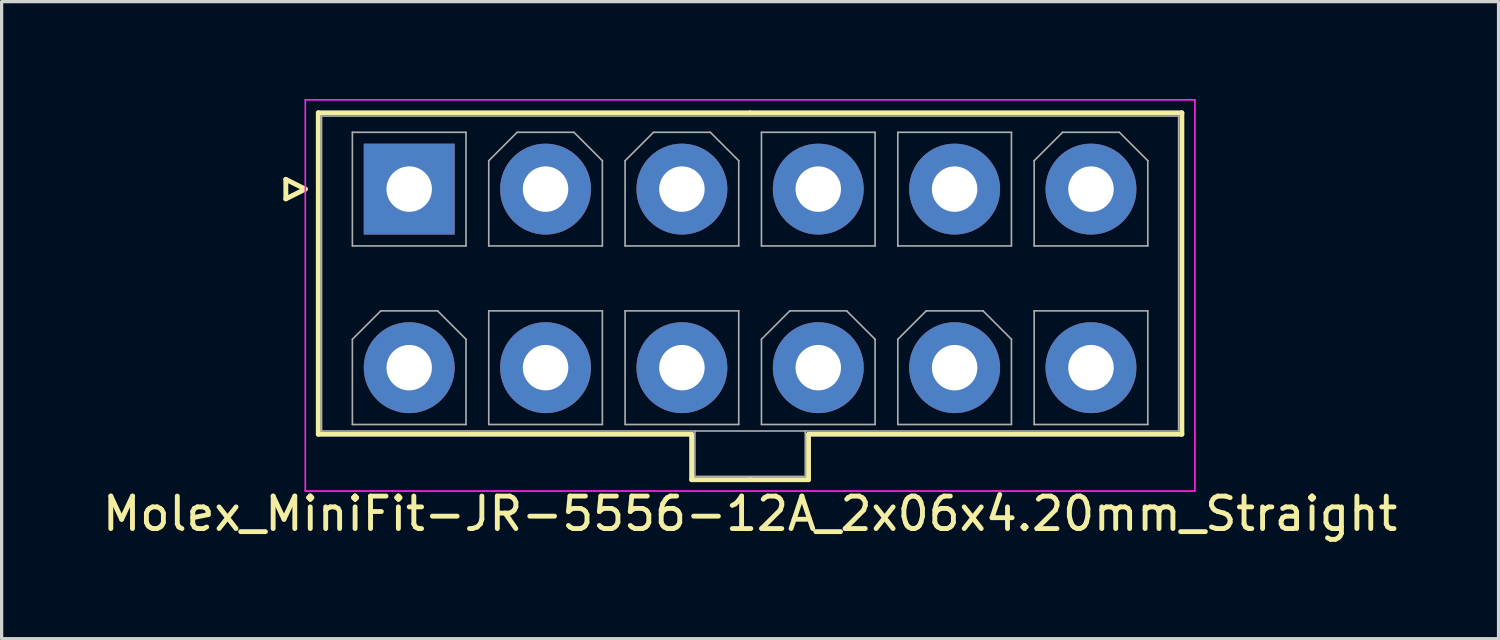
<source format=kicad_pcb>
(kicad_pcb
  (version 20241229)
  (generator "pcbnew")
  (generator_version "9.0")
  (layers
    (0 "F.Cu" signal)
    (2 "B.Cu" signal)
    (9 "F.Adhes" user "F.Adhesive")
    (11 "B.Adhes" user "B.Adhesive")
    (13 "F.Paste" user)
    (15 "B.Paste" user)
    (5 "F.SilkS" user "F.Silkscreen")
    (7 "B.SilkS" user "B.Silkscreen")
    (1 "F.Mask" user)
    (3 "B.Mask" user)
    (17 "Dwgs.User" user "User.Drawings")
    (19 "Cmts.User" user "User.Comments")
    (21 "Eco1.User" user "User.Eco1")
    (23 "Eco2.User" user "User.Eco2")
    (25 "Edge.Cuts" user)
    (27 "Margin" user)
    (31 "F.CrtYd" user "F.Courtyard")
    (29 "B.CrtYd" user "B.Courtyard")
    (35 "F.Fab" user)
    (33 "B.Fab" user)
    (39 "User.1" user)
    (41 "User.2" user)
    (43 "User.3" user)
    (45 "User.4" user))
  (footprint "Molex_MiniFit-JR-5556-12A_2x06x4.20mm_Straight"
    (layer "F.Cu")
    (at 9.554 2.775)
    (property "Reference" "Molex_MiniFit-JR-5556-12A_2x06x4.20mm_Straight" (at 10.5 10 0) (layer "F.SilkS") (effects (font (size 1 1) (thickness 0.15))))
    (attr through_hole)
    (fp_line (start -3.8 -0.3) (end -3.2 0) (stroke (width 0.15) (type solid)) (layer "F.SilkS"))
    (fp_line (start -3.8 0.3) (end -3.8 -0.3) (stroke (width 0.15) (type solid)) (layer "F.SilkS"))
    (fp_line (start -3.2 0) (end -3.8 0.3) (stroke (width 0.15) (type solid)) (layer "F.SilkS"))
    (fp_line (start -2.8 -2.35) (end -2.8 7.55) (stroke (width 0.15) (type solid)) (layer "F.SilkS"))
    (fp_line (start -2.8 7.55) (end 8.7 7.55) (stroke (width 0.15) (type solid)) (layer "F.SilkS"))
    (fp_line (start 8.7 7.55) (end 8.7 8.95) (stroke (width 0.15) (type solid)) (layer "F.SilkS"))
    (fp_line (start 8.7 8.95) (end 10.5 8.95) (stroke (width 0.15) (type solid)) (layer "F.SilkS"))
    (fp_line (start 10.5 -2.35) (end -2.8 -2.35) (stroke (width 0.15) (type solid)) (layer "F.SilkS"))
    (fp_line (start 10.5 -2.35) (end 23.8 -2.35) (stroke (width 0.15) (type solid)) (layer "F.SilkS"))
    (fp_line (start 12.3 7.55) (end 12.3 8.95) (stroke (width 0.15) (type solid)) (layer "F.SilkS"))
    (fp_line (start 12.3 8.95) (end 10.5 8.95) (stroke (width 0.15) (type solid)) (layer "F.SilkS"))
    (fp_line (start 23.8 -2.35) (end 23.8 7.55) (stroke (width 0.15) (type solid)) (layer "F.SilkS"))
    (fp_line (start 23.8 7.55) (end 12.3 7.55) (stroke (width 0.15) (type solid)) (layer "F.SilkS"))
    (fp_line (start -3.2 -2.75) (end -3.2 9.3) (stroke (width 0.05) (type solid)) (layer "F.CrtYd"))
    (fp_line (start -3.2 9.3) (end 24.2 9.3) (stroke (width 0.05) (type solid)) (layer "F.CrtYd"))
    (fp_line (start 24.2 -2.75) (end -3.2 -2.75) (stroke (width 0.05) (type solid)) (layer "F.CrtYd"))
    (fp_line (start 24.2 9.3) (end 24.2 -2.75) (stroke (width 0.05) (type solid)) (layer "F.CrtYd"))
    (fp_line (start -2.7 -2.25) (end -2.7 7.45) (stroke (width 0.05) (type solid)) (layer "F.Fab"))
    (fp_line (start -2.7 7.45) (end 23.7 7.45) (stroke (width 0.05) (type solid)) (layer "F.Fab"))
    (fp_line (start -1.75 -1.75) (end -1.75 1.75) (stroke (width 0.05) (type solid)) (layer "F.Fab"))
    (fp_line (start -1.75 1.75) (end 1.75 1.75) (stroke (width 0.05) (type solid)) (layer "F.Fab"))
    (fp_line (start -1.75 4.625) (end -0.875 3.75) (stroke (width 0.05) (type solid)) (layer "F.Fab"))
    (fp_line (start -1.75 7.25) (end -1.75 4.625) (stroke (width 0.05) (type solid)) (layer "F.Fab"))
    (fp_line (start -0.875 3.75) (end 0.875 3.75) (stroke (width 0.05) (type solid)) (layer "F.Fab"))
    (fp_line (start 0.875 3.75) (end 1.75 4.625) (stroke (width 0.05) (type solid)) (layer "F.Fab"))
    (fp_line (start 1.75 -1.75) (end -1.75 -1.75) (stroke (width 0.05) (type solid)) (layer "F.Fab"))
    (fp_line (start 1.75 1.75) (end 1.75 -1.75) (stroke (width 0.05) (type solid)) (layer "F.Fab"))
    (fp_line (start 1.75 4.625) (end 1.75 7.25) (stroke (width 0.05) (type solid)) (layer "F.Fab"))
    (fp_line (start 1.75 7.25) (end -1.75 7.25) (stroke (width 0.05) (type solid)) (layer "F.Fab"))
    (fp_line (start 2.45 -0.875) (end 3.325 -1.75) (stroke (width 0.05) (type solid)) (layer "F.Fab"))
    (fp_line (start 2.45 1.75) (end 2.45 -0.875) (stroke (width 0.05) (type solid)) (layer "F.Fab"))
    (fp_line (start 2.45 3.75) (end 2.45 7.25) (stroke (width 0.05) (type solid)) (layer "F.Fab"))
    (fp_line (start 2.45 7.25) (end 5.95 7.25) (stroke (width 0.05) (type solid)) (layer "F.Fab"))
    (fp_line (start 3.325 -1.75) (end 5.075 -1.75) (stroke (width 0.05) (type solid)) (layer "F.Fab"))
    (fp_line (start 5.075 -1.75) (end 5.95 -0.875) (stroke (width 0.05) (type solid)) (layer "F.Fab"))
    (fp_line (start 5.95 -0.875) (end 5.95 1.75) (stroke (width 0.05) (type solid)) (layer "F.Fab"))
    (fp_line (start 5.95 1.75) (end 2.45 1.75) (stroke (width 0.05) (type solid)) (layer "F.Fab"))
    (fp_line (start 5.95 3.75) (end 2.45 3.75) (stroke (width 0.05) (type solid)) (layer "F.Fab"))
    (fp_line (start 5.95 7.25) (end 5.95 3.75) (stroke (width 0.05) (type solid)) (layer "F.Fab"))
    (fp_line (start 6.65 -0.875) (end 7.525 -1.75) (stroke (width 0.05) (type solid)) (layer "F.Fab"))
    (fp_line (start 6.65 1.75) (end 6.65 -0.875) (stroke (width 0.05) (type solid)) (layer "F.Fab"))
    (fp_line (start 6.65 3.75) (end 6.65 7.25) (stroke (width 0.05) (type solid)) (layer "F.Fab"))
    (fp_line (start 6.65 7.25) (end 10.15 7.25) (stroke (width 0.05) (type solid)) (layer "F.Fab"))
    (fp_line (start 7.525 -1.75) (end 9.275 -1.75) (stroke (width 0.05) (type solid)) (layer "F.Fab"))
    (fp_line (start 8.8 7.45) (end 8.8 8.85) (stroke (width 0.05) (type solid)) (layer "F.Fab"))
    (fp_line (start 8.8 8.85) (end 12.2 8.85) (stroke (width 0.05) (type solid)) (layer "F.Fab"))
    (fp_line (start 9.275 -1.75) (end 10.15 -0.875) (stroke (width 0.05) (type solid)) (layer "F.Fab"))
    (fp_line (start 10.15 -0.875) (end 10.15 1.75) (stroke (width 0.05) (type solid)) (layer "F.Fab"))
    (fp_line (start 10.15 1.75) (end 6.65 1.75) (stroke (width 0.05) (type solid)) (layer "F.Fab"))
    (fp_line (start 10.15 3.75) (end 6.65 3.75) (stroke (width 0.05) (type solid)) (layer "F.Fab"))
    (fp_line (start 10.15 7.25) (end 10.15 3.75) (stroke (width 0.05) (type solid)) (layer "F.Fab"))
    (fp_line (start 10.85 -1.75) (end 10.85 1.75) (stroke (width 0.05) (type solid)) (layer "F.Fab"))
    (fp_line (start 10.85 1.75) (end 14.35 1.75) (stroke (width 0.05) (type solid)) (layer "F.Fab"))
    (fp_line (start 10.85 4.625) (end 11.725 3.75) (stroke (width 0.05) (type solid)) (layer "F.Fab"))
    (fp_line (start 10.85 7.25) (end 10.85 4.625) (stroke (width 0.05) (type solid)) (layer "F.Fab"))
    (fp_line (start 11.725 3.75) (end 13.475 3.75) (stroke (width 0.05) (type solid)) (layer "F.Fab"))
    (fp_line (start 12.2 8.85) (end 12.2 7.45) (stroke (width 0.05) (type solid)) (layer "F.Fab"))
    (fp_line (start 13.475 3.75) (end 14.35 4.625) (stroke (width 0.05) (type solid)) (layer "F.Fab"))
    (fp_line (start 14.35 -1.75) (end 10.85 -1.75) (stroke (width 0.05) (type solid)) (layer "F.Fab"))
    (fp_line (start 14.35 1.75) (end 14.35 -1.75) (stroke (width 0.05) (type solid)) (layer "F.Fab"))
    (fp_line (start 14.35 4.625) (end 14.35 7.25) (stroke (width 0.05) (type solid)) (layer "F.Fab"))
    (fp_line (start 14.35 7.25) (end 10.85 7.25) (stroke (width 0.05) (type solid)) (layer "F.Fab"))
    (fp_line (start 15.05 -1.75) (end 15.05 1.75) (stroke (width 0.05) (type solid)) (layer "F.Fab"))
    (fp_line (start 15.05 1.75) (end 18.55 1.75) (stroke (width 0.05) (type solid)) (layer "F.Fab"))
    (fp_line (start 15.05 4.625) (end 15.925 3.75) (stroke (width 0.05) (type solid)) (layer "F.Fab"))
    (fp_line (start 15.05 7.25) (end 15.05 4.625) (stroke (width 0.05) (type solid)) (layer "F.Fab"))
    (fp_line (start 15.925 3.75) (end 17.675 3.75) (stroke (width 0.05) (type solid)) (layer "F.Fab"))
    (fp_line (start 17.675 3.75) (end 18.55 4.625) (stroke (width 0.05) (type solid)) (layer "F.Fab"))
    (fp_line (start 18.55 -1.75) (end 15.05 -1.75) (stroke (width 0.05) (type solid)) (layer "F.Fab"))
    (fp_line (start 18.55 1.75) (end 18.55 -1.75) (stroke (width 0.05) (type solid)) (layer "F.Fab"))
    (fp_line (start 18.55 4.625) (end 18.55 7.25) (stroke (width 0.05) (type solid)) (layer "F.Fab"))
    (fp_line (start 18.55 7.25) (end 15.05 7.25) (stroke (width 0.05) (type solid)) (layer "F.Fab"))
    (fp_line (start 19.25 -0.875) (end 20.125 -1.75) (stroke (width 0.05) (type solid)) (layer "F.Fab"))
    (fp_line (start 19.25 1.75) (end 19.25 -0.875) (stroke (width 0.05) (type solid)) (layer "F.Fab"))
    (fp_line (start 19.25 3.75) (end 19.25 7.25) (stroke (width 0.05) (type solid)) (layer "F.Fab"))
    (fp_line (start 19.25 7.25) (end 22.75 7.25) (stroke (width 0.05) (type solid)) (layer "F.Fab"))
    (fp_line (start 20.125 -1.75) (end 21.875 -1.75) (stroke (width 0.05) (type solid)) (layer "F.Fab"))
    (fp_line (start 21.875 -1.75) (end 22.75 -0.875) (stroke (width 0.05) (type solid)) (layer "F.Fab"))
    (fp_line (start 22.75 -0.875) (end 22.75 1.75) (stroke (width 0.05) (type solid)) (layer "F.Fab"))
    (fp_line (start 22.75 1.75) (end 19.25 1.75) (stroke (width 0.05) (type solid)) (layer "F.Fab"))
    (fp_line (start 22.75 3.75) (end 19.25 3.75) (stroke (width 0.05) (type solid)) (layer "F.Fab"))
    (fp_line (start 22.75 7.25) (end 22.75 3.75) (stroke (width 0.05) (type solid)) (layer "F.Fab"))
    (fp_line (start 23.7 -2.25) (end -2.7 -2.25) (stroke (width 0.05) (type solid)) (layer "F.Fab"))
    (fp_line (start 23.7 7.45) (end 23.7 -2.25) (stroke (width 0.05) (type solid)) (layer "F.Fab"))
    (pad "1" thru_hole rect (at 0 0) (size 2.8 2.8) (drill 1.4) (layers "*.Cu" "*.Mask"))
    (pad "2" thru_hole circle (at 4.2 0) (size 2.8 2.8) (drill 1.4) (layers "*.Cu" "*.Mask"))
    (pad "3" thru_hole circle (at 8.4 0) (size 2.8 2.8) (drill 1.4) (layers "*.Cu" "*.Mask"))
    (pad "4" thru_hole circle (at 12.6 0) (size 2.8 2.8) (drill 1.4) (layers "*.Cu" "*.Mask"))
    (pad "5" thru_hole circle (at 16.8 0) (size 2.8 2.8) (drill 1.4) (layers "*.Cu" "*.Mask"))
    (pad "6" thru_hole circle (at 21 0) (size 2.8 2.8) (drill 1.4) (layers "*.Cu" "*.Mask"))
    (pad "7" thru_hole circle (at 0 5.5) (size 2.8 2.8) (drill 1.4) (layers "*.Cu" "*.Mask"))
    (pad "8" thru_hole circle (at 4.2 5.5) (size 2.8 2.8) (drill 1.4) (layers "*.Cu" "*.Mask"))
    (pad "9" thru_hole circle (at 8.4 5.5) (size 2.8 2.8) (drill 1.4) (layers "*.Cu" "*.Mask"))
    (pad "10" thru_hole circle (at 12.6 5.5) (size 2.8 2.8) (drill 1.4) (layers "*.Cu" "*.Mask"))
    (pad "11" thru_hole circle (at 16.8 5.5) (size 2.8 2.8) (drill 1.4) (layers "*.Cu" "*.Mask"))
    (pad "12" thru_hole circle (at 21 5.5) (size 2.8 2.8) (drill 1.4) (layers "*.Cu" "*.Mask")))
  (gr_rect
    (start -3 -3)
    (end 43.107 16.623)
    (stroke (width 0.1) (type default))
    (fill no)
    (layer "Edge.Cuts")))
</source>
